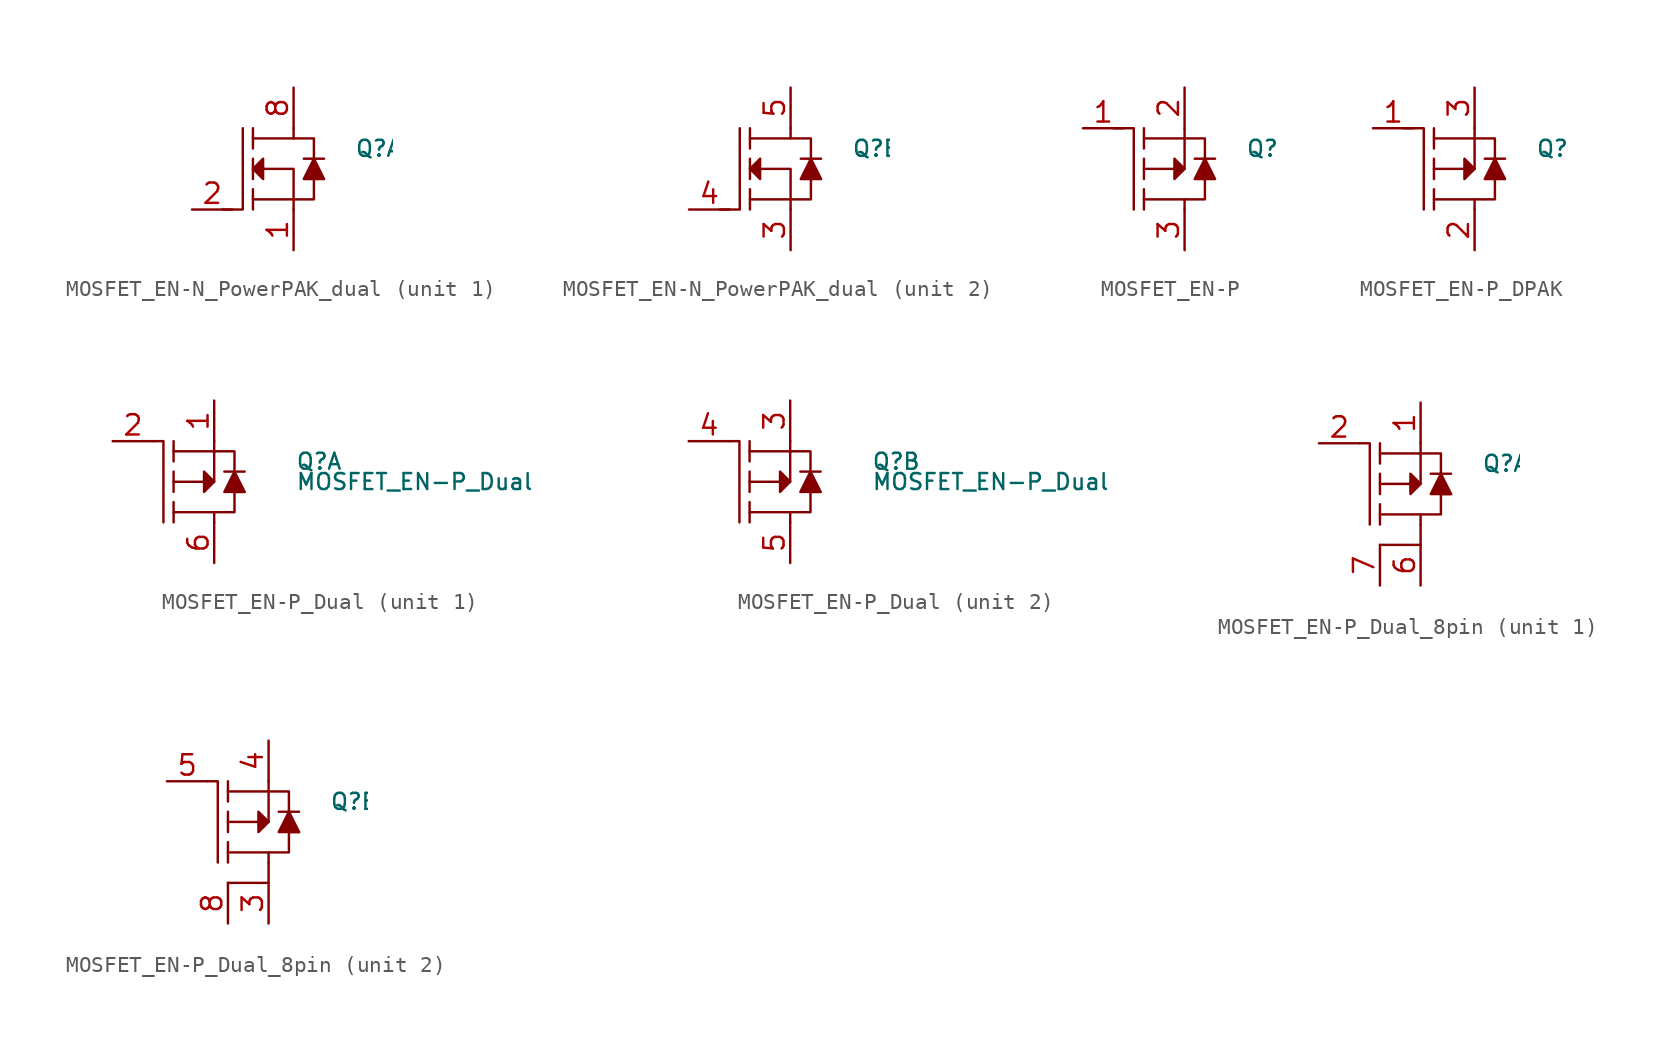
<source format=kicad_sym>
(kicad_symbol_lib
  (version 20231120)
  (generator "kicad_symbol_editor")
  (generator_version "8.0")
  (symbol "MOSFET_EN-N_PowerPAK_dual"
    (property "Reference" "Q"
      (at 3.81 1.27 0)
      (effects (font (size 1 1)) (justify left)))
    (property "ki_locked" ""
      (at 0 0 0)
      (effects (font (size 1.27 1.27))))
    (symbol "MOSFET_EN-N_PowerPAK_dual_0_1"
      (polyline (pts (xy -2.54 -1.905) (xy 0 -1.905)) (stroke (width 0) (type default)) (fill (type none)))
      (polyline (pts (xy -2.54 -1.27) (xy -2.54 -2.54)) (stroke (width 0) (type default)) (fill (type none)))
      (polyline (pts (xy -2.54 0.635) (xy -2.54 -0.635)) (stroke (width 0) (type default)) (fill (type none)))
      (polyline (pts (xy -2.54 2.54) (xy -2.54 1.27)) (stroke (width 0) (type default)) (fill (type none)))
      (polyline (pts (xy 0.635 0.635) (xy 1.905 0.635)) (stroke (width 0) (type default)) (fill (type none)))
      (polyline (pts (xy -3.175 2.54) (xy -3.175 -2.54) (xy -4.445 -2.54)) (stroke (width 0) (type default)) (fill (type none)))
      (polyline (pts (xy -2.54 0) (xy 0 0) (xy 0 -2.54)) (stroke (width 0) (type default)) (fill (type none)))
      (polyline (pts (xy -2.54 1.905) (xy 0 1.905) (xy 0 2.54)) (stroke (width 0) (type default)) (fill (type none)))
      (polyline (pts (xy 1.27 -0.635) (xy 1.27 -1.905) (xy 0 -1.905)) (stroke (width 0) (type default)) (fill (type none)))
      (polyline (pts (xy 1.27 0.635) (xy 1.27 1.905) (xy 0 1.905)) (stroke (width 0) (type default)) (fill (type none)))
      (polyline (pts (xy -1.905 0.635) (xy -1.905 -0.635) (xy -2.54 0) (xy -1.905 0.635)) (stroke (width 0) (type default)) (fill (type outline)))
      (polyline (pts (xy 1.27 0.635) (xy 0.635 -0.635) (xy 1.905 -0.635) (xy 1.27 0.635)) (stroke (width 0) (type default)) (fill (type outline))))
    (symbol "MOSFET_EN-N_PowerPAK_dual_1_1"
      (pin bidirectional line (at 0 -5.08 90) (length 2.54) (name "~" (effects (font (size 1.27 1.27)))) (number "1" (effects (font (size 1.27 1.27)))))
      (pin input line (at -6.35 -2.54 0) (length 2.54) (name "~" (effects (font (size 1.27 1.27)))) (number "2" (effects (font (size 1.27 1.27)))))
      (pin bidirectional line (at 0 5.08 270) (length 2.54) (name "~" (effects (font (size 1.27 1.27)))) (number "8" (effects (font (size 1.27 1.27))))))
    (symbol "MOSFET_EN-N_PowerPAK_dual_2_1"
      (pin bidirectional line (at 0 -5.08 90) (length 2.54) (name "~" (effects (font (size 1.27 1.27)))) (number "3" (effects (font (size 1.27 1.27)))))
      (pin input line (at -6.35 -2.54 0) (length 2.54) (name "~" (effects (font (size 1.27 1.27)))) (number "4" (effects (font (size 1.27 1.27)))))
      (pin bidirectional line (at 0 5.08 270) (length 2.54) (name "~" (effects (font (size 1.27 1.27)))) (number "5" (effects (font (size 1.27 1.27)))))))
  (symbol "MOSFET_EN-P"
    (property "Reference" "Q"
      (at 3.81 1.27 0)
      (effects (font (size 1 1)) (justify left)))
    (symbol "MOSFET_EN-P_0_1"
      (polyline (pts (xy -2.54 -2.54) (xy -2.54 -1.27)) (stroke (width 0) (type default)) (fill (type none)))
      (polyline (pts (xy -2.54 -0.635) (xy -2.54 0.635)) (stroke (width 0) (type default)) (fill (type none)))
      (polyline (pts (xy -2.54 1.27) (xy -2.54 2.54)) (stroke (width 0) (type default)) (fill (type none)))
      (polyline (pts (xy -2.54 1.905) (xy 0 1.905)) (stroke (width 0) (type default)) (fill (type none)))
      (polyline (pts (xy 0.635 0.635) (xy 1.905 0.635)) (stroke (width 0) (type default)) (fill (type none)))
      (polyline (pts (xy -3.175 -2.54) (xy -3.175 2.54) (xy -4.445 2.54)) (stroke (width 0) (type default)) (fill (type none)))
      (polyline (pts (xy -2.54 -1.905) (xy 0 -1.905) (xy 0 -2.54)) (stroke (width 0) (type default)) (fill (type none)))
      (polyline (pts (xy -2.54 0) (xy 0 0) (xy 0 2.54)) (stroke (width 0) (type default)) (fill (type none)))
      (polyline (pts (xy 1.27 -0.635) (xy 1.27 -1.905) (xy 0 -1.905)) (stroke (width 0) (type default)) (fill (type none)))
      (polyline (pts (xy 1.27 0.635) (xy 1.27 1.905) (xy 0 1.905)) (stroke (width 0) (type default)) (fill (type none)))
      (polyline (pts (xy -0.635 -0.635) (xy -0.635 0.635) (xy 0 0) (xy -0.635 -0.635)) (stroke (width 0) (type default)) (fill (type outline)))
      (polyline (pts (xy 0.635 -0.635) (xy 1.905 -0.635) (xy 1.27 0.635) (xy 0.635 -0.635)) (stroke (width 0) (type default)) (fill (type outline))))
    (symbol "MOSFET_EN-P_1_1"
      (pin input line (at -6.35 2.54 0) (length 2.54) (name "~" (effects (font (size 1.27 1.27)))) (number "1" (effects (font (size 1.27 1.27)))))
      (pin bidirectional line (at 0 5.08 270) (length 2.54) (name "~" (effects (font (size 1.27 1.27)))) (number "2" (effects (font (size 1.27 1.27)))))
      (pin bidirectional line (at 0 -5.08 90) (length 2.54) (name "~" (effects (font (size 1.27 1.27)))) (number "3" (effects (font (size 1.27 1.27)))))))
  (symbol "MOSFET_EN-P_DPAK"
    (property "Reference" "Q"
      (at 3.81 1.27 0)
      (effects (font (size 1 1)) (justify left)))
    (symbol "MOSFET_EN-P_DPAK_0_1"
      (polyline (pts (xy -2.54 -2.54) (xy -2.54 -1.27)) (stroke (width 0) (type default)) (fill (type none)))
      (polyline (pts (xy -2.54 -0.635) (xy -2.54 0.635)) (stroke (width 0) (type default)) (fill (type none)))
      (polyline (pts (xy -2.54 1.27) (xy -2.54 2.54)) (stroke (width 0) (type default)) (fill (type none)))
      (polyline (pts (xy -2.54 1.905) (xy 0 1.905)) (stroke (width 0) (type default)) (fill (type none)))
      (polyline (pts (xy 0.635 0.635) (xy 1.905 0.635)) (stroke (width 0) (type default)) (fill (type none)))
      (polyline (pts (xy -3.175 -2.54) (xy -3.175 2.54) (xy -4.445 2.54)) (stroke (width 0) (type default)) (fill (type none)))
      (polyline (pts (xy -2.54 -1.905) (xy 0 -1.905) (xy 0 -2.54)) (stroke (width 0) (type default)) (fill (type none)))
      (polyline (pts (xy -2.54 0) (xy 0 0) (xy 0 2.54)) (stroke (width 0) (type default)) (fill (type none)))
      (polyline (pts (xy 1.27 -0.635) (xy 1.27 -1.905) (xy 0 -1.905)) (stroke (width 0) (type default)) (fill (type none)))
      (polyline (pts (xy 1.27 0.635) (xy 1.27 1.905) (xy 0 1.905)) (stroke (width 0) (type default)) (fill (type none)))
      (polyline (pts (xy -0.635 -0.635) (xy -0.635 0.635) (xy 0 0) (xy -0.635 -0.635)) (stroke (width 0) (type default)) (fill (type outline)))
      (polyline (pts (xy 0.635 -0.635) (xy 1.905 -0.635) (xy 1.27 0.635) (xy 0.635 -0.635)) (stroke (width 0) (type default)) (fill (type outline))))
    (symbol "MOSFET_EN-P_DPAK_1_1"
      (pin input line (at -6.35 2.54 0) (length 2.54) (name "~" (effects (font (size 1.27 1.27)))) (number "1" (effects (font (size 1.27 1.27)))))
      (pin bidirectional line (at 0 -5.08 90) (length 2.54) (name "~" (effects (font (size 1.27 1.27)))) (number "2" (effects (font (size 1.27 1.27)))))
      (pin bidirectional line (at 0 5.08 270) (length 2.54) (name "~" (effects (font (size 1.27 1.27)))) (number "3" (effects (font (size 1.27 1.27)))))))
  (symbol "MOSFET_EN-P_Dual"
    (property "Reference" "Q"
      (at 5.08 1.27 0)
      (effects (font (size 1 1)) (justify left)))
    (property "Value" "MOSFET_EN-P_Dual"
      (at 5.08 0 0)
      (effects (font (size 1 1)) (justify left)))
    (property "ki_locked" ""
      (at 0 0 0)
      (effects (font (size 1.27 1.27))))
    (symbol "MOSFET_EN-P_Dual_0_1"
      (polyline (pts (xy -2.54 -2.54) (xy -2.54 -1.27)) (stroke (width 0) (type default)) (fill (type none)))
      (polyline (pts (xy -2.54 -0.635) (xy -2.54 0.635)) (stroke (width 0) (type default)) (fill (type none)))
      (polyline (pts (xy -2.54 1.27) (xy -2.54 2.54)) (stroke (width 0) (type default)) (fill (type none)))
      (polyline (pts (xy 0 -2.54) (xy 0 -1.905)) (stroke (width 0) (type default)) (fill (type none)))
      (polyline (pts (xy 0 1.905) (xy -2.54 1.905)) (stroke (width 0) (type default)) (fill (type none)))
      (polyline (pts (xy 1.905 0.635) (xy 0.635 0.635)) (stroke (width 0) (type default)) (fill (type none)))
      (polyline (pts (xy -3.175 -2.54) (xy -3.175 2.54) (xy -3.81 2.54)) (stroke (width 0) (type default)) (fill (type none)))
      (polyline (pts (xy 0 1.905) (xy 1.27 1.905) (xy 1.27 0.635)) (stroke (width 0) (type default)) (fill (type none)))
      (polyline (pts (xy 0 2.54) (xy 0 0) (xy -2.54 0)) (stroke (width 0) (type default)) (fill (type none)))
      (polyline (pts (xy 0 0) (xy -0.635 -0.635) (xy -0.635 0.635) (xy 0 0)) (stroke (width 0) (type default)) (fill (type outline)))
      (polyline (pts (xy 1.905 -0.635) (xy 0.635 -0.635) (xy 1.27 0.635) (xy 1.905 -0.635)) (stroke (width 0) (type default)) (fill (type outline)))
      (polyline (pts (xy 1.905 -0.635) (xy 1.27 -0.635) (xy 1.27 -1.905) (xy 0 -1.905) (xy -2.54 -1.905)) (stroke (width 0) (type default)) (fill (type none))))
    (symbol "MOSFET_EN-P_Dual_1_1"
      (pin bidirectional line (at 0 5.08 270) (length 2.54) (name "~" (effects (font (size 1.27 1.27)))) (number "1" (effects (font (size 1.27 1.27)))))
      (pin input line (at -6.35 2.54 0) (length 2.54) (name "~" (effects (font (size 1.27 1.27)))) (number "2" (effects (font (size 1.27 1.27)))))
      (pin bidirectional line (at 0 -5.08 90) (length 2.54) (name "~" (effects (font (size 1.27 1.27)))) (number "6" (effects (font (size 1.27 1.27))))))
    (symbol "MOSFET_EN-P_Dual_2_1"
      (pin bidirectional line (at 0 5.08 270) (length 2.54) (name "~" (effects (font (size 1.27 1.27)))) (number "3" (effects (font (size 1.27 1.27)))))
      (pin input line (at -6.35 2.54 0) (length 2.54) (name "~" (effects (font (size 1.27 1.27)))) (number "4" (effects (font (size 1.27 1.27)))))
      (pin bidirectional line (at 0 -5.08 90) (length 2.54) (name "~" (effects (font (size 1.27 1.27)))) (number "5" (effects (font (size 1.27 1.27)))))))
  (symbol "MOSFET_EN-P_Dual_8pin"
    (property "Reference" "Q"
      (at 3.81 1.27 0)
      (effects (font (size 1 1)) (justify left)))
    (symbol "MOSFET_EN-P_Dual_8pin_0_1"
      (polyline (pts (xy -2.54 -2.54) (xy -2.54 -1.27)) (stroke (width 0) (type default)) (fill (type none)))
      (polyline (pts (xy -2.54 -0.635) (xy -2.54 0.635)) (stroke (width 0) (type default)) (fill (type none)))
      (polyline (pts (xy -2.54 1.27) (xy -2.54 2.54)) (stroke (width 0) (type default)) (fill (type none)))
      (polyline (pts (xy 0 -2.54) (xy 0 -1.905)) (stroke (width 0) (type default)) (fill (type none)))
      (polyline (pts (xy 0 1.905) (xy -2.54 1.905)) (stroke (width 0) (type default)) (fill (type none)))
      (polyline (pts (xy 1.905 0.635) (xy 0.635 0.635)) (stroke (width 0) (type default)) (fill (type none)))
      (polyline (pts (xy -3.175 -2.54) (xy -3.175 2.54) (xy -3.81 2.54)) (stroke (width 0) (type default)) (fill (type none)))
      (polyline (pts (xy 0 -2.54) (xy 0 -3.81) (xy -2.54 -3.81)) (stroke (width 0) (type default)) (fill (type none)))
      (polyline (pts (xy 0 1.905) (xy 1.27 1.905) (xy 1.27 0.635)) (stroke (width 0) (type default)) (fill (type none)))
      (polyline (pts (xy 0 2.54) (xy 0 0) (xy -2.54 0)) (stroke (width 0) (type default)) (fill (type none)))
      (polyline (pts (xy 0 0) (xy -0.635 -0.635) (xy -0.635 0.635) (xy 0 0)) (stroke (width 0) (type default)) (fill (type outline)))
      (polyline (pts (xy 1.905 -0.635) (xy 0.635 -0.635) (xy 1.27 0.635) (xy 1.905 -0.635)) (stroke (width 0) (type default)) (fill (type outline)))
      (polyline (pts (xy 1.905 -0.635) (xy 1.27 -0.635) (xy 1.27 -1.905) (xy 0 -1.905) (xy -2.54 -1.905)) (stroke (width 0) (type default)) (fill (type none))))
    (symbol "MOSFET_EN-P_Dual_8pin_1_1"
      (pin bidirectional line (at 0 5.08 270) (length 2.54) (name "~" (effects (font (size 1.27 1.27)))) (number "1" (effects (font (size 1.27 1.27)))))
      (pin input line (at -6.35 2.54 0) (length 2.54) (name "~" (effects (font (size 1.27 1.27)))) (number "2" (effects (font (size 1.27 1.27)))))
      (pin bidirectional line (at 0 -6.35 90) (length 2.54) (name "~" (effects (font (size 1.27 1.27)))) (number "6" (effects (font (size 1.27 1.27)))))
      (pin bidirectional line (at -2.54 -6.35 90) (length 2.54) (name "~" (effects (font (size 1.27 1.27)))) (number "7" (effects (font (size 1.27 1.27))))))
    (symbol "MOSFET_EN-P_Dual_8pin_2_1"
      (pin bidirectional line (at 0 -6.35 90) (length 2.54) (name "~" (effects (font (size 1.27 1.27)))) (number "3" (effects (font (size 1.27 1.27)))))
      (pin bidirectional line (at 0 5.08 270) (length 2.54) (name "~" (effects (font (size 1.27 1.27)))) (number "4" (effects (font (size 1.27 1.27)))))
      (pin input line (at -6.35 2.54 0) (length 2.54) (name "~" (effects (font (size 1.27 1.27)))) (number "5" (effects (font (size 1.27 1.27)))))
      (pin bidirectional line (at -2.54 -6.35 90) (length 2.54) (name "~" (effects (font (size 1.27 1.27)))) (number "8" (effects (font (size 1.27 1.27))))))))
</source>
